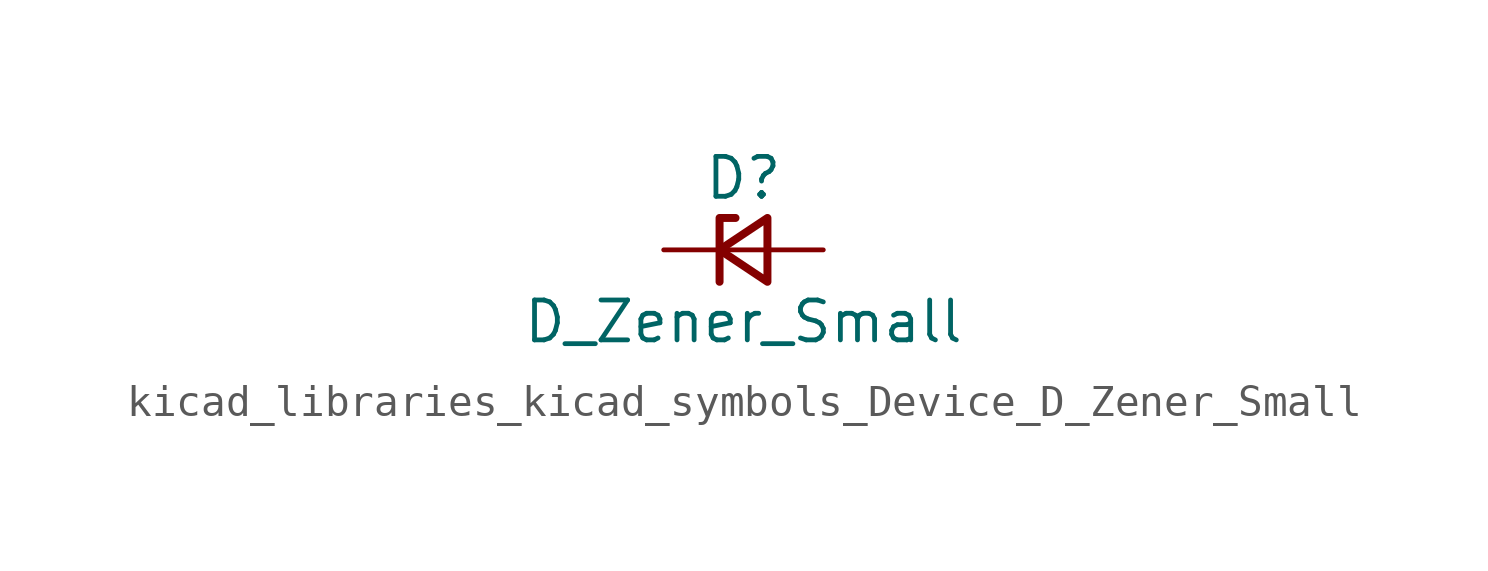
<source format=kicad_sym>
(kicad_symbol_lib
  (version 20220914)
  (generator kicad_symbol_editor)
  (symbol "kicad_libraries_kicad_symbols_Device_D_Zener_Small"
    (pin_numbers hide)
    (pin_names
      (offset 0.254) hide)
    (property "Reference" "D"
      (at 0 2.286 0)
      (effects (font (size 1.27 1.27))))
    (property "Value" "D_Zener_Small"
      (at 0 -2.286 0)
      (effects (font (size 1.27 1.27))))
    (symbol "kicad_libraries_kicad_symbols_Device_D_Zener_Small_0_1"
      (polyline (pts (xy 0.762 0) (xy -0.762 0)) (stroke (width 0) (type default)) (fill (type none)))
      (polyline (pts (xy -0.254 1.016) (xy -0.762 1.016) (xy -0.762 -1.016)) (stroke (width 0.254) (type default)) (fill (type none)))
      (polyline (pts (xy 0.762 1.016) (xy -0.762 0) (xy 0.762 -1.016) (xy 0.762 1.016)) (stroke (width 0.254) (type default)) (fill (type none))))
    (symbol "kicad_libraries_kicad_symbols_Device_D_Zener_Small_1_1"
      (pin passive line (at -2.54 0 0) (length 1.778) (name "K" (effects (font (size 1.27 1.27)))) (number "1" (effects (font (size 1.27 1.27)))))
      (pin passive line (at 2.54 0 180) (length 1.778) (name "A" (effects (font (size 1.27 1.27)))) (number "2" (effects (font (size 1.27 1.27))))))))
</source>
